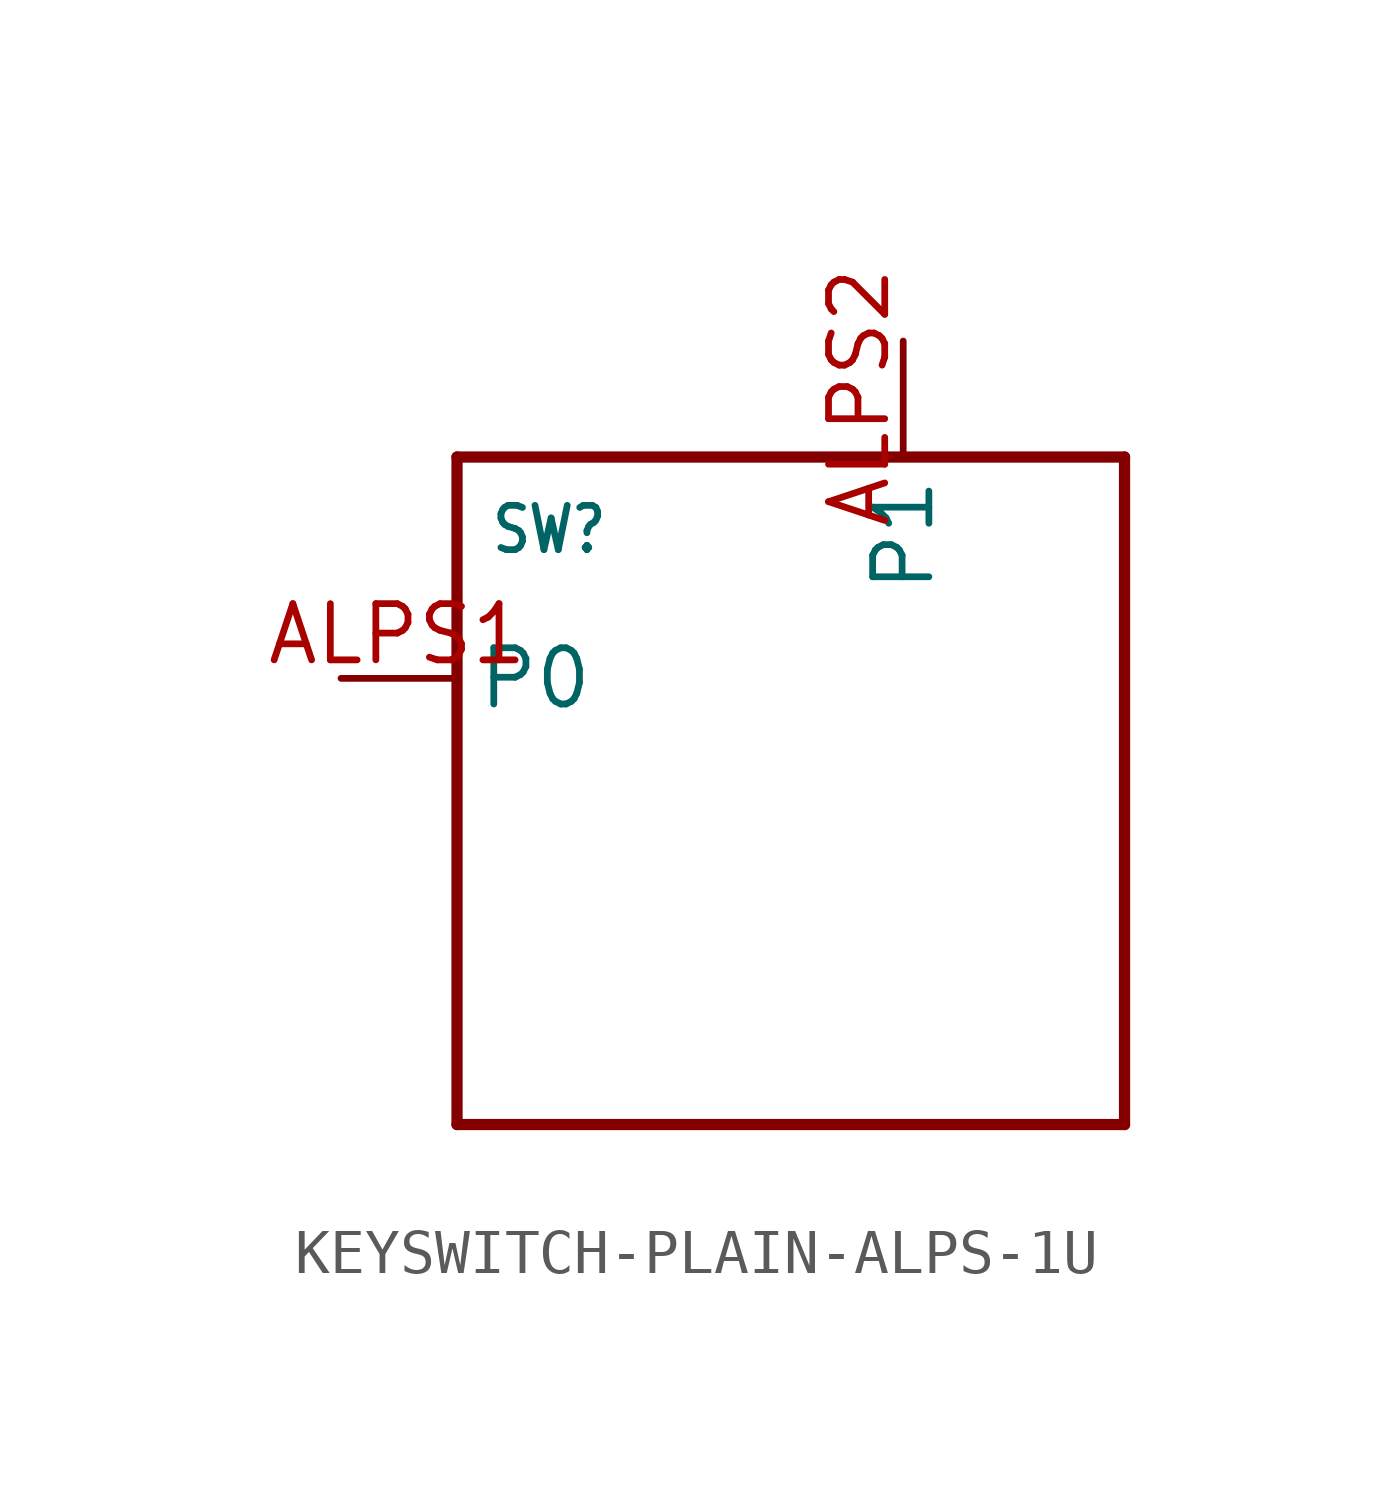
<source format=kicad_sym>
(kicad_symbol_lib
  (version 20211014)
  (generator kicad_symbol_editor)
  (symbol "KEYSWITCH-PLAIN-ALPS-1U"
    (property "Reference" "SW"
      (at -6.81 5.318 0)
      (effects (font (size 1 0.85)) (justify left bottom)))
    (property "ki_locked" ""
      (at 0 0 0)
      (effects (font (size 1.27 1.27))))
    (symbol "KEYSWITCH-PLAIN-ALPS-1U_1_0"
      (polyline (pts (xy -7.54 -7.54) (xy -7.54 7.54)) (stroke (width 0.254) (type default) (color 0 0 0 0)) (fill (type none)))
      (polyline (pts (xy -7.54 7.54) (xy 7.54 7.54)) (stroke (width 0.254) (type default) (color 0 0 0 0)) (fill (type none)))
      (polyline (pts (xy 7.54 -7.54) (xy -7.54 -7.54)) (stroke (width 0.254) (type default) (color 0 0 0 0)) (fill (type none)))
      (polyline (pts (xy 7.54 7.54) (xy 7.54 -7.54)) (stroke (width 0.254) (type default) (color 0 0 0 0)) (fill (type none)))
      (pin bidirectional line (at -10.16 2.54 0) (length 2.54) (name "P0" (effects (font (size 1.27 1.27)))) (number "ALPS1" (effects (font (size 1.27 1.27)))))
      (pin bidirectional line (at 2.54 10.16 270) (length 2.54) (name "P1" (effects (font (size 1.27 1.27)))) (number "ALPS2" (effects (font (size 1.27 1.27))))))))
</source>
